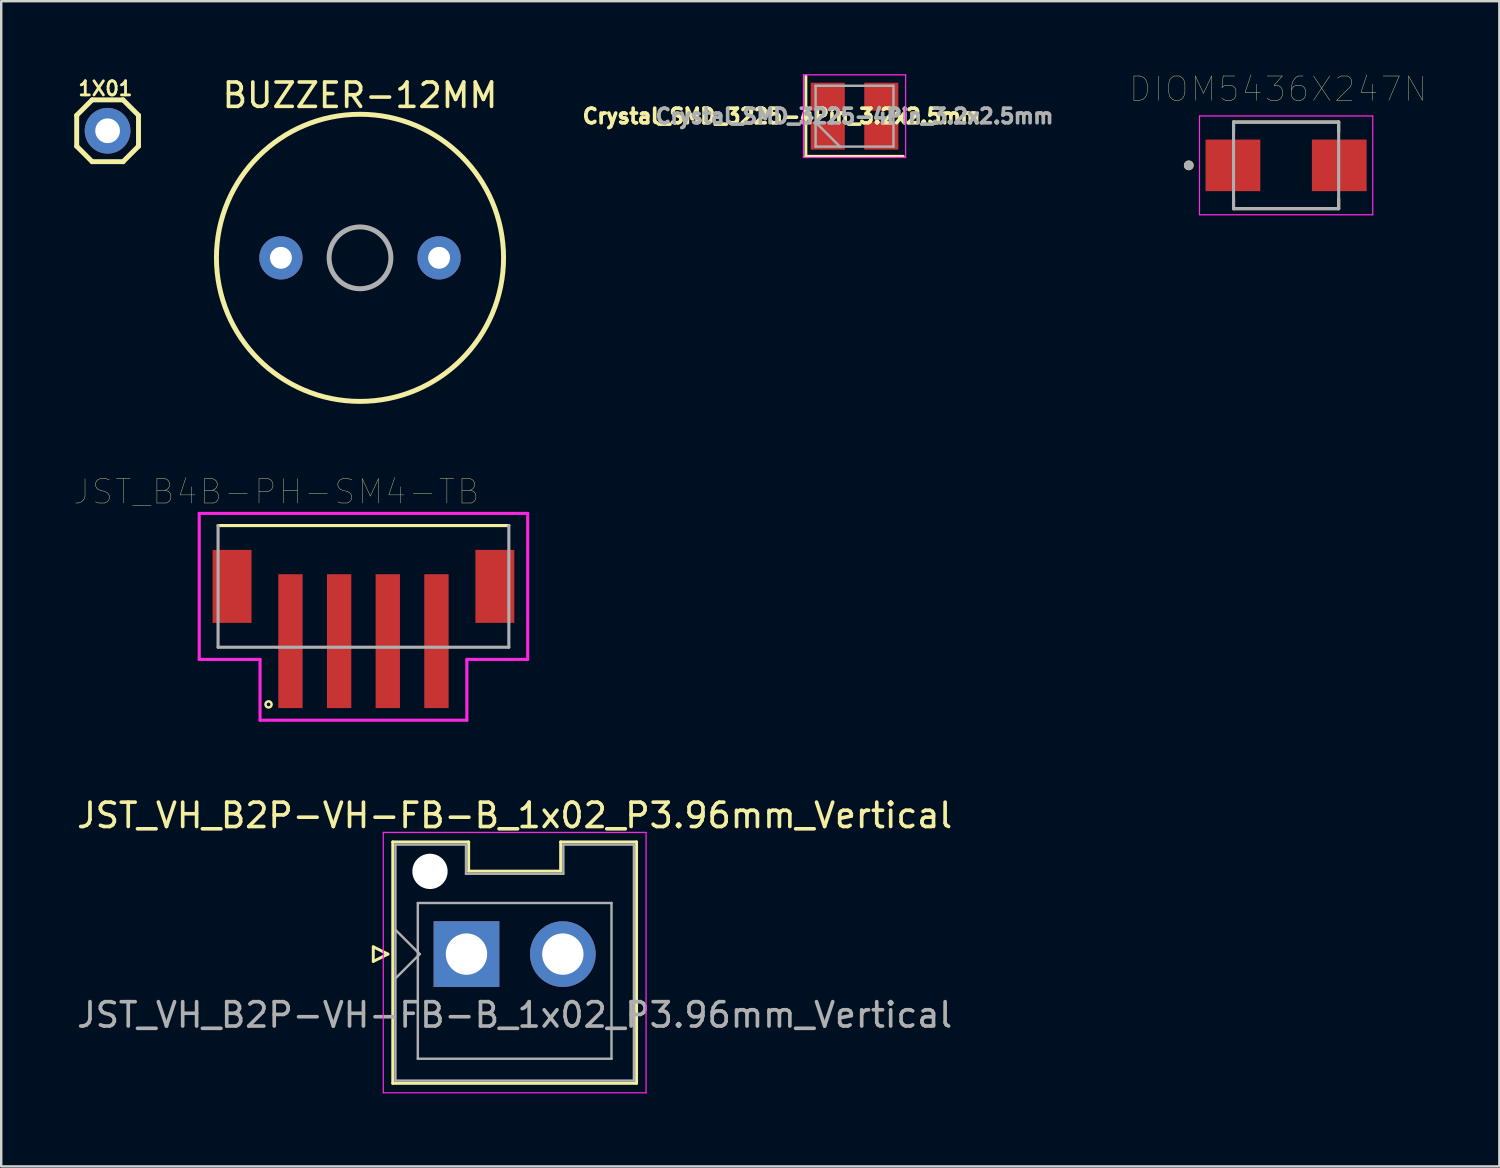
<source format=kicad_pcb>
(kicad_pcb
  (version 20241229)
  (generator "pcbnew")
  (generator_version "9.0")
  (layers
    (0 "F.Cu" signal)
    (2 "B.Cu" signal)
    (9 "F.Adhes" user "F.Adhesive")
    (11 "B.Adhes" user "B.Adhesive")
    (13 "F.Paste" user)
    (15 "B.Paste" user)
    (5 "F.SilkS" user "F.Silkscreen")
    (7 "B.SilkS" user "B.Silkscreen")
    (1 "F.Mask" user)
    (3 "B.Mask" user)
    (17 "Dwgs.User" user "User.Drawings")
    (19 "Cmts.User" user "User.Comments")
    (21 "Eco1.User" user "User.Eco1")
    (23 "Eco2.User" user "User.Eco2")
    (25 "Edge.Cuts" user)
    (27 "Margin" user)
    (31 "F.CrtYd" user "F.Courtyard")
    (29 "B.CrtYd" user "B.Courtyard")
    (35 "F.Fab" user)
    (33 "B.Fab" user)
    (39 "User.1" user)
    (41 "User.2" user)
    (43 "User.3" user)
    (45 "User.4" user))
  (footprint "1X01"
    (layer "F.Cu")
    (at 1.372 2.324)
    (property "Reference" "1X01" (at -1.27 -1.397 0) (layer "F.SilkS") (effects (font (size 0.579 0.579) (thickness 0.116)) (justify left bottom)))
    (attr through_hole)
    (fp_line (start -1.27 -0.635) (end -1.27 0.635) (stroke (width 0.203) (type solid)) (layer "F.SilkS"))
    (fp_line (start -1.27 0.635) (end -0.635 1.27) (stroke (width 0.203) (type solid)) (layer "F.SilkS"))
    (fp_line (start -0.635 -1.27) (end -1.27 -0.635) (stroke (width 0.203) (type solid)) (layer "F.SilkS"))
    (fp_line (start -0.635 1.27) (end 0.635 1.27) (stroke (width 0.203) (type solid)) (layer "F.SilkS"))
    (fp_line (start 0.635 -1.27) (end -0.635 -1.27) (stroke (width 0.203) (type solid)) (layer "F.SilkS"))
    (fp_line (start 0.635 1.27) (end 1.27 0.635) (stroke (width 0.203) (type solid)) (layer "F.SilkS"))
    (fp_line (start 1.27 -0.635) (end 0.635 -1.27) (stroke (width 0.203) (type solid)) (layer "F.SilkS"))
    (fp_line (start 1.27 0.635) (end 1.27 -0.635) (stroke (width 0.203) (type solid)) (layer "F.SilkS"))
    (fp_poly (pts (xy -0.254 0.254) (xy 0.254 0.254) (xy 0.254 -0.254) (xy -0.254 -0.254)) (stroke (width 0.1) (type solid)) (fill no) (layer "F.Fab"))
    (pad "1" thru_hole circle (at 0 0 90) (size 1.88 1.88) (drill 1.016) (layers "*.Cu" "*.Mask")))
  (footprint "BUZZER-12MM"
    (layer "F.Cu")
    (at 11.745 7.546)
    (property "Reference" "BUZZER-12MM" (at 0 -6.096 180) (layer "F.SilkS") (effects (font (size 1 1) (thickness 0.15)) (justify bottom)))
    (attr through_hole)
    (fp_circle (center 0 0) (end 5.9 0) (stroke (width 0.203) (type solid)) (fill no) (layer "F.SilkS"))
    (fp_circle (center 0 0) (end 1.27 0) (stroke (width 0.203) (type solid)) (fill no) (layer "F.Fab"))
    (pad "+" thru_hole circle (at 3.25 0) (size 1.778 1.778) (drill 0.9) (layers "*.Cu" "*.Mask"))
    (pad "-" thru_hole circle (at -3.25 0) (size 1.778 1.778) (drill 0.9) (layers "*.Cu" "*.Mask")))
  (footprint "Crystal_SMD_3225-4Pin_3.2x2.5mm"
    (layer "F.Cu")
    (at 32.069 1.725)
    (property "Reference" "Crystal_SMD_3225-4Pin_3.2x2.5mm" (at -3 0 0) (layer "F.SilkS") (effects (font (size 0.6 0.6) (thickness 0.15))))
    (attr smd)
    (fp_line (start -2 -1.65) (end -2 1.65) (stroke (width 0.12) (type solid)) (layer "F.SilkS"))
    (fp_line (start -2 1.65) (end 2 1.65) (stroke (width 0.12) (type solid)) (layer "F.SilkS"))
    (fp_line (start -2.1 -1.7) (end -2.1 1.7) (stroke (width 0.05) (type solid)) (layer "F.CrtYd"))
    (fp_line (start -2.1 1.7) (end 2.1 1.7) (stroke (width 0.05) (type solid)) (layer "F.CrtYd"))
    (fp_line (start 2.1 -1.7) (end -2.1 -1.7) (stroke (width 0.05) (type solid)) (layer "F.CrtYd"))
    (fp_line (start 2.1 1.7) (end 2.1 -1.7) (stroke (width 0.05) (type solid)) (layer "F.CrtYd"))
    (fp_line (start -1.6 -1.25) (end -1.6 1.25) (stroke (width 0.1) (type solid)) (layer "F.Fab"))
    (fp_line (start -1.6 0.25) (end -0.6 1.25) (stroke (width 0.1) (type solid)) (layer "F.Fab"))
    (fp_line (start -1.6 1.25) (end 1.6 1.25) (stroke (width 0.1) (type solid)) (layer "F.Fab"))
    (fp_line (start 1.6 -1.25) (end -1.6 -1.25) (stroke (width 0.1) (type solid)) (layer "F.Fab"))
    (fp_line (start 1.6 1.25) (end 1.6 -1.25) (stroke (width 0.1) (type solid)) (layer "F.Fab"))
    (fp_text user "${REFERENCE}" (at 0 0 0) (layer "F.Fab") (effects (font (size 0.6 0.6) (thickness 0.15))))
    (pad "1" smd rect (at -1.1 0.8) (size 1.4 1.15) (layers "F.Cu" "F.Mask" "F.Paste"))
    (pad "2" smd rect (at 1.1 0.8) (size 1.4 1.15) (layers "F.Cu" "F.Mask" "F.Paste"))
    (pad "3" smd rect (at 1.1 -0.8) (size 1.4 1.15) (layers "F.Cu" "F.Mask" "F.Paste"))
    (pad "4" smd rect (at -1.1 -0.8) (size 1.4 1.15) (layers "F.Cu" "F.Mask" "F.Paste")))
  (footprint "JST_VH_B2P-VH-FB-B_1x02_P3.96mm_Vertical"
    (layer "F.Cu")
    (at 16.121 36.161)
    (property "Reference" "JST_VH_B2P-VH-FB-B_1x02_P3.96mm_Vertical" (at 1.98 -5.7 0) (layer "F.SilkS") (effects (font (size 1 1) (thickness 0.15))))
    (attr through_hole)
    (fp_line (start -3.83 -0.3) (end -3.23 0) (stroke (width 0.12) (type solid)) (layer "F.SilkS"))
    (fp_line (start -3.83 0.3) (end -3.83 -0.3) (stroke (width 0.12) (type solid)) (layer "F.SilkS"))
    (fp_line (start -3.23 0) (end -3.83 0.3) (stroke (width 0.12) (type solid)) (layer "F.SilkS"))
    (fp_line (start -3.03 -4.61) (end 0.09 -4.61) (stroke (width 0.12) (type solid)) (layer "F.SilkS"))
    (fp_line (start -3.03 5.31) (end -3.03 -4.61) (stroke (width 0.12) (type solid)) (layer "F.SilkS"))
    (fp_line (start 0.09 -4.61) (end 0.09 -3.41) (stroke (width 0.12) (type solid)) (layer "F.SilkS"))
    (fp_line (start 0.09 -3.41) (end 3.87 -3.41) (stroke (width 0.12) (type solid)) (layer "F.SilkS"))
    (fp_line (start 3.87 -4.61) (end 6.99 -4.61) (stroke (width 0.12) (type solid)) (layer "F.SilkS"))
    (fp_line (start 3.87 -3.41) (end 3.87 -4.61) (stroke (width 0.12) (type solid)) (layer "F.SilkS"))
    (fp_line (start 6.99 -4.61) (end 6.99 5.31) (stroke (width 0.12) (type solid)) (layer "F.SilkS"))
    (fp_line (start 6.99 5.31) (end -3.03 5.31) (stroke (width 0.12) (type solid)) (layer "F.SilkS"))
    (fp_line (start -3.42 -5) (end -3.42 5.7) (stroke (width 0.05) (type solid)) (layer "F.CrtYd"))
    (fp_line (start -3.42 5.7) (end 7.38 5.7) (stroke (width 0.05) (type solid)) (layer "F.CrtYd"))
    (fp_line (start 7.38 -5) (end -3.42 -5) (stroke (width 0.05) (type solid)) (layer "F.CrtYd"))
    (fp_line (start 7.38 5.7) (end 7.38 -5) (stroke (width 0.05) (type solid)) (layer "F.CrtYd"))
    (fp_line (start -2.92 -4.5) (end -0.02 -4.5) (stroke (width 0.1) (type solid)) (layer "F.Fab"))
    (fp_line (start -2.92 -1) (end -1.92 0) (stroke (width 0.1) (type solid)) (layer "F.Fab"))
    (fp_line (start -2.92 1) (end -1.92 0) (stroke (width 0.1) (type solid)) (layer "F.Fab"))
    (fp_line (start -2.92 5.2) (end -2.92 -4.5) (stroke (width 0.1) (type solid)) (layer "F.Fab"))
    (fp_line (start -2 -2.1) (end 5.96 -2.1) (stroke (width 0.1) (type solid)) (layer "F.Fab"))
    (fp_line (start -2 4.3) (end -2 -2.1) (stroke (width 0.1) (type solid)) (layer "F.Fab"))
    (fp_line (start -0.02 -4.5) (end -0.02 -3.3) (stroke (width 0.1) (type solid)) (layer "F.Fab"))
    (fp_line (start -0.02 -3.3) (end 3.98 -3.3) (stroke (width 0.1) (type solid)) (layer "F.Fab"))
    (fp_line (start 3.98 -4.5) (end 6.88 -4.5) (stroke (width 0.1) (type solid)) (layer "F.Fab"))
    (fp_line (start 3.98 -3.3) (end 3.98 -4.5) (stroke (width 0.1) (type solid)) (layer "F.Fab"))
    (fp_line (start 5.96 -2.1) (end 5.96 4.3) (stroke (width 0.1) (type solid)) (layer "F.Fab"))
    (fp_line (start 5.96 4.3) (end -2 4.3) (stroke (width 0.1) (type solid)) (layer "F.Fab"))
    (fp_line (start 6.88 -4.5) (end 6.88 5.2) (stroke (width 0.1) (type solid)) (layer "F.Fab"))
    (fp_line (start 6.88 5.2) (end -2.92 5.2) (stroke (width 0.1) (type solid)) (layer "F.Fab"))
    (fp_text user "${REFERENCE}" (at 1.98 2.5 0) (layer "F.Fab") (effects (font (size 1 1) (thickness 0.15))))
    (pad "" np_thru_hole circle (at -1.5 -3.4) (size 1.45 1.45) (drill 1.45) (layers "*.Cu" "*.Mask"))
    (pad "1" thru_hole rect (at 0 0) (size 2.7 2.7) (drill 1.7) (layers "*.Cu" "*.Mask"))
    (pad "2" thru_hole circle (at 3.96 0) (size 2.7 2.7) (drill 1.7) (layers "*.Cu" "*.Mask")))
  (footprint "JST_B4B-PH-SM4-TB"
    (layer "F.Cu")
    (at 11.887 23.299)
    (property "Reference" "JST_B4B-PH-SM4-TB" (at -3.578 -6.139 0) (layer "F.SilkS") (effects (font (size 1.001 1.001) (thickness 0.015))))
    (attr through_hole)
    (fp_line (start 5.975 -4.75) (end -5.975 -4.75) (stroke (width 0.127) (type solid)) (layer "F.SilkS"))
    (fp_circle (center -3.9 2.6) (end -3.773 2.6) (stroke (width 0.1) (type solid)) (fill no) (layer "F.SilkS"))
    (fp_line (start -6.75 -5.25) (end -6.75 0.75) (stroke (width 0.127) (type solid)) (layer "F.CrtYd"))
    (fp_line (start -6.75 0.75) (end -4.25 0.75) (stroke (width 0.127) (type solid)) (layer "F.CrtYd"))
    (fp_line (start -4.25 0.75) (end -4.25 3.25) (stroke (width 0.127) (type solid)) (layer "F.CrtYd"))
    (fp_line (start -4.25 3.25) (end 4.25 3.25) (stroke (width 0.127) (type solid)) (layer "F.CrtYd"))
    (fp_line (start 4.25 0.75) (end 6.75 0.75) (stroke (width 0.127) (type solid)) (layer "F.CrtYd"))
    (fp_line (start 4.25 3.25) (end 4.25 0.75) (stroke (width 0.127) (type solid)) (layer "F.CrtYd"))
    (fp_line (start 6.75 -5.25) (end -6.75 -5.25) (stroke (width 0.127) (type solid)) (layer "F.CrtYd"))
    (fp_line (start 6.75 0.75) (end 6.75 -5.25) (stroke (width 0.127) (type solid)) (layer "F.CrtYd"))
    (fp_line (start -5.975 -4.75) (end -5.975 0.25) (stroke (width 0.127) (type solid)) (layer "F.Fab"))
    (fp_line (start -5.975 0.25) (end 5.975 0.25) (stroke (width 0.127) (type solid)) (layer "F.Fab"))
    (fp_line (start 5.975 0.25) (end 5.975 -4.75) (stroke (width 0.127) (type solid)) (layer "F.Fab"))
    (pad "1" smd rect (at -3 0) (size 1 5.5) (layers "F.Cu" "F.Mask" "F.Paste"))
    (pad "2" smd rect (at -1 0) (size 1 5.5) (layers "F.Cu" "F.Mask" "F.Paste"))
    (pad "3" smd rect (at 1 0) (size 1 5.5) (layers "F.Cu" "F.Mask" "F.Paste"))
    (pad "4" smd rect (at 3 0) (size 1 5.5) (layers "F.Cu" "F.Mask" "F.Paste"))
    (pad "5" smd rect (at -5.4 -2.25) (size 1.6 3) (layers "F.Cu" "F.Mask" "F.Paste"))
    (pad "6" smd rect (at 5.4 -2.25) (size 1.6 3) (layers "F.Cu" "F.Mask" "F.Paste")))
  (footprint "DIOM5436X247N"
    (layer "F.Cu")
    (at 49.805 3.746)
    (property "Reference" "DIOM5436X247N" (at -0.325 -3.135 0) (layer "F.SilkS") (effects (font (size 1 1) (thickness 0.015))))
    (attr smd)
    (fp_line (start -2.16 -1.78) (end 2.16 -1.78) (stroke (width 0.127) (type solid)) (layer "F.SilkS"))
    (fp_line (start -2.16 -1.374) (end -2.16 -1.78) (stroke (width 0.127) (type solid)) (layer "F.SilkS"))
    (fp_line (start -2.16 1.374) (end -2.16 1.78) (stroke (width 0.127) (type solid)) (layer "F.SilkS"))
    (fp_line (start -2.16 1.78) (end 2.16 1.78) (stroke (width 0.127) (type solid)) (layer "F.SilkS"))
    (fp_line (start 2.16 -1.78) (end 2.16 -1.374) (stroke (width 0.127) (type solid)) (layer "F.SilkS"))
    (fp_line (start 2.16 1.78) (end 2.16 1.374) (stroke (width 0.127) (type solid)) (layer "F.SilkS"))
    (fp_circle (center -4 0) (end -3.9 0) (stroke (width 0.2) (type solid)) (fill no) (layer "F.SilkS"))
    (fp_line (start -3.56 -2.03) (end 3.56 -2.03) (stroke (width 0.05) (type solid)) (layer "F.CrtYd"))
    (fp_line (start -3.56 2.03) (end -3.56 -2.03) (stroke (width 0.05) (type solid)) (layer "F.CrtYd"))
    (fp_line (start 3.56 -2.03) (end 3.56 2.03) (stroke (width 0.05) (type solid)) (layer "F.CrtYd"))
    (fp_line (start 3.56 2.03) (end -3.56 2.03) (stroke (width 0.05) (type solid)) (layer "F.CrtYd"))
    (fp_line (start -2.16 -1.78) (end 2.16 -1.78) (stroke (width 0.127) (type solid)) (layer "F.Fab"))
    (fp_line (start -2.16 1.78) (end -2.16 -1.78) (stroke (width 0.127) (type solid)) (layer "F.Fab"))
    (fp_line (start 2.16 -1.78) (end 2.16 1.78) (stroke (width 0.127) (type solid)) (layer "F.Fab"))
    (fp_line (start 2.16 1.78) (end -2.16 1.78) (stroke (width 0.127) (type solid)) (layer "F.Fab"))
    (fp_circle (center -4 0) (end -3.9 0) (stroke (width 0.2) (type solid)) (fill no) (layer "F.Fab"))
    (pad "1" smd rect (at -2.185 0) (size 2.25 2.12) (layers "F.Cu" "F.Mask" "F.Paste"))
    (pad "2" smd rect (at 2.185 0) (size 2.25 2.12) (layers "F.Cu" "F.Mask" "F.Paste")))
  (gr_rect
    (start -3 -3)
    (end 58.569 44.886)
    (stroke (width 0.1) (type default))
    (fill no)
    (layer "Edge.Cuts")))
</source>
